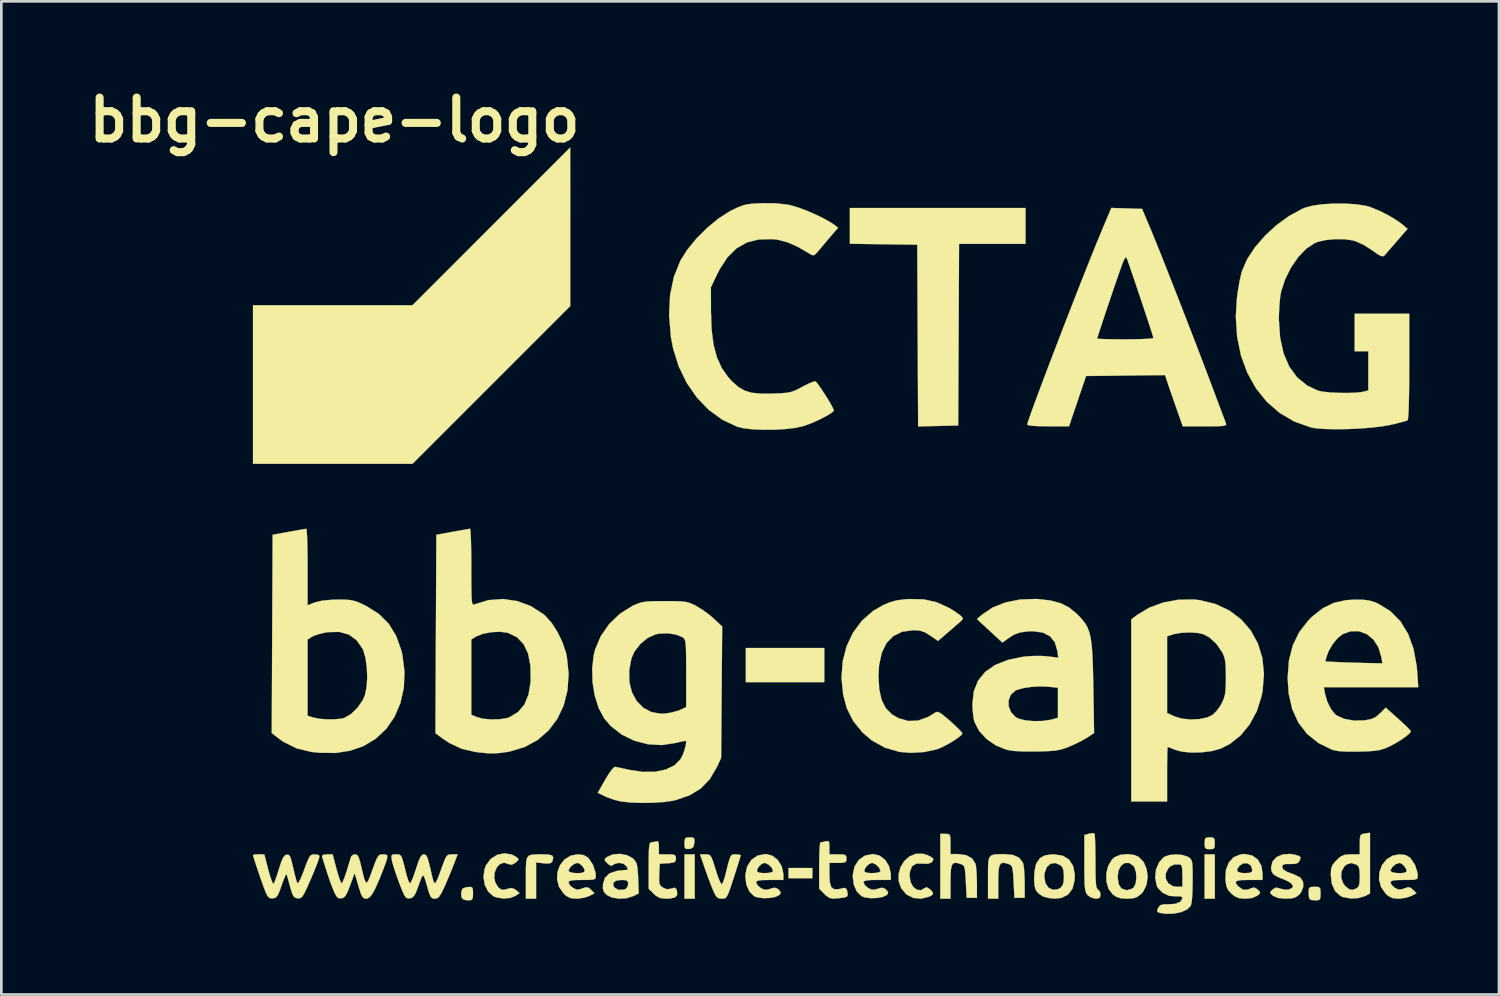
<source format=kicad_pcb>
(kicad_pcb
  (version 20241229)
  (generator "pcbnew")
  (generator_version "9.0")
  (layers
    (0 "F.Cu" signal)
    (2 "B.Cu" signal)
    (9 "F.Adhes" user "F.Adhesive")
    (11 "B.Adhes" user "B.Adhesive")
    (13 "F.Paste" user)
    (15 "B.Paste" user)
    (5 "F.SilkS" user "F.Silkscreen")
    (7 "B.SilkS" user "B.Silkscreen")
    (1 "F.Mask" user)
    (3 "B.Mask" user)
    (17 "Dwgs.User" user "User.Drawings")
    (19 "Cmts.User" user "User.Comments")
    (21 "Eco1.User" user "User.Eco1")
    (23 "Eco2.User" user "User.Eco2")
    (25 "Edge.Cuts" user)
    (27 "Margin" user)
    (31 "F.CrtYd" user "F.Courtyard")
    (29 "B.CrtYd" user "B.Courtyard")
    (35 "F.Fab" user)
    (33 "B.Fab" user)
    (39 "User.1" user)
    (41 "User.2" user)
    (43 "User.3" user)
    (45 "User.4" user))
  (footprint "bbg-cape-logo"
    (layer "F.Cu")
    (at 28.025 16.698)
    (property "Reference" "bbg-cape-logo" (at -18.62 -15.28 0) (layer "F.SilkS") (effects (font (size 1.524 1.524) (thickness 0.3))))
    (attr through_hole)
    (fp_poly (pts (xy -5.207 13.716) (xy -5.588 13.716) (xy -5.588 12.065) (xy -5.207 12.065) (xy -5.207 13.716)) (stroke (width 0.01) (type solid)) (fill yes) (layer "F.SilkS"))
    (fp_poly (pts (xy -0.826 12.954) (xy -1.714 12.954) (xy -1.714 12.573) (xy -0.826 12.573) (xy -0.826 12.954)) (stroke (width 0.01) (type solid)) (fill yes) (layer "F.SilkS"))
    (fp_poly (pts (xy -0.381 5.652) (xy -3.302 5.652) (xy -3.302 4.381) (xy -0.381 4.381) (xy -0.381 5.652)) (stroke (width 0.01) (type solid)) (fill yes) (layer "F.SilkS"))
    (fp_poly (pts (xy 14.161 13.716) (xy 13.78 13.716) (xy 13.78 12.065) (xy 14.161 12.065) (xy 14.161 13.716)) (stroke (width 0.01) (type solid)) (fill yes) (layer "F.SilkS"))
    (fp_poly (pts (xy -9.842 -11.303) (xy -9.842 -8.351) (xy -12.779 -5.414) (xy -15.716 -2.477) (xy -21.654 -2.477) (xy -21.654 -8.382) (xy -15.717 -8.382) (xy -9.843 -14.255) (xy -9.842 -11.303)) (stroke (width 0.01) (type solid)) (fill yes) (layer "F.SilkS"))
    (fp_poly (pts (xy 7.112 -10.668) (xy 4.637 -10.668) (xy 4.604 -3.905) (xy 3.113 -3.869) (xy 3.08 -10.636) (xy 1.826 -10.653) (xy 0.572 -10.671) (xy 0.572 -12.002) (xy 7.112 -12.002) (xy 7.112 -10.668)) (stroke (width 0.01) (type solid)) (fill yes) (layer "F.SilkS"))
    (fp_poly (pts (xy 14.098 11.442) (xy 14.15 11.505) (xy 14.161 11.652) (xy 14.15 11.802) (xy 14.096 11.863) (xy 13.97 11.874) (xy 13.842 11.862) (xy 13.79 11.799) (xy 13.78 11.652) (xy 13.79 11.503) (xy 13.844 11.442) (xy 13.97 11.43) (xy 14.098 11.442)) (stroke (width 0.01) (type solid)) (fill yes) (layer "F.SilkS"))
    (fp_poly (pts (xy -5.261 11.442) (xy -5.215 11.502) (xy -5.219 11.636) (xy -5.252 11.785) (xy -5.336 11.849) (xy -5.413 11.863) (xy -5.53 11.864) (xy -5.578 11.809) (xy -5.588 11.663) (xy -5.588 11.656) (xy -5.578 11.505) (xy -5.526 11.443) (xy -5.399 11.43) (xy -5.393 11.43) (xy -5.261 11.442)) (stroke (width 0.01) (type solid)) (fill yes) (layer "F.SilkS"))
    (fp_poly (pts (xy -13.478 13.319) (xy -13.463 13.439) (xy -13.462 13.521) (xy -13.469 13.686) (xy -13.509 13.76) (xy -13.607 13.779) (xy -13.654 13.78) (xy -13.804 13.752) (xy -13.882 13.689) (xy -13.901 13.555) (xy -13.896 13.451) (xy -13.849 13.34) (xy -13.725 13.291) (xy -13.668 13.283) (xy -13.537 13.278) (xy -13.478 13.319)) (stroke (width 0.01) (type solid)) (fill yes) (layer "F.SilkS"))
    (fp_poly (pts (xy 18.018 13.279) (xy 18.081 13.327) (xy 18.097 13.451) (xy 18.098 13.525) (xy 18.09 13.689) (xy 18.049 13.761) (xy 17.95 13.779) (xy 17.918 13.78) (xy 17.772 13.766) (xy 17.695 13.737) (xy 17.666 13.65) (xy 17.653 13.496) (xy 17.653 13.483) (xy 17.664 13.341) (xy 17.721 13.283) (xy 17.865 13.272) (xy 17.875 13.271) (xy 18.018 13.279)) (stroke (width 0.01) (type solid)) (fill yes) (layer "F.SilkS"))
    (fp_poly (pts (xy -10.885 12.065) (xy -10.647 12.073) (xy -10.516 12.107) (xy -10.474 12.18) (xy -10.501 12.307) (xy -10.513 12.337) (xy -10.575 12.395) (xy -10.716 12.407) (xy -10.83 12.398) (xy -11.113 12.366) (xy -11.113 13.716) (xy -11.493 13.716) (xy -11.493 12.929) (xy -11.493 12.583) (xy -11.482 12.345) (xy -11.448 12.193) (xy -11.375 12.109) (xy -11.25 12.073) (xy -11.059 12.065) (xy -10.885 12.065)) (stroke (width 0.01) (type solid)) (fill yes) (layer "F.SilkS"))
    (fp_poly (pts (xy 9.68 11.288) (xy 9.692 11.361) (xy 9.702 11.538) (xy 9.71 11.798) (xy 9.715 12.117) (xy 9.716 12.332) (xy 9.717 12.721) (xy 9.724 13) (xy 9.737 13.188) (xy 9.758 13.303) (xy 9.788 13.361) (xy 9.811 13.376) (xy 9.885 13.461) (xy 9.906 13.564) (xy 9.882 13.675) (xy 9.787 13.714) (xy 9.725 13.716) (xy 9.537 13.666) (xy 9.424 13.582) (xy 9.379 13.521) (xy 9.346 13.44) (xy 9.324 13.318) (xy 9.311 13.135) (xy 9.305 12.871) (xy 9.303 12.505) (xy 9.303 12.397) (xy 9.303 11.344) (xy 9.473 11.298) (xy 9.61 11.276) (xy 9.68 11.288)) (stroke (width 0.01) (type solid)) (fill yes) (layer "F.SilkS"))
    (fp_poly (pts (xy 6.646 12.088) (xy 6.877 12.194) (xy 7.013 12.376) (xy 7.031 12.431) (xy 7.053 12.575) (xy 7.07 12.803) (xy 7.079 13.072) (xy 7.08 13.145) (xy 7.08 13.684) (xy 6.699 13.684) (xy 6.668 13.082) (xy 6.651 12.802) (xy 6.632 12.623) (xy 6.603 12.517) (xy 6.555 12.461) (xy 6.481 12.426) (xy 6.469 12.422) (xy 6.314 12.38) (xy 6.209 12.392) (xy 6.144 12.476) (xy 6.109 12.647) (xy 6.097 12.92) (xy 6.096 13.079) (xy 6.096 13.716) (xy 5.715 13.716) (xy 5.715 12.927) (xy 5.716 12.581) (xy 5.726 12.342) (xy 5.761 12.191) (xy 5.833 12.106) (xy 5.957 12.068) (xy 6.145 12.058) (xy 6.313 12.056) (xy 6.646 12.088)) (stroke (width 0.01) (type solid)) (fill yes) (layer "F.SilkS"))
    (fp_poly (pts (xy 4.233 11.308) (xy 4.29 11.344) (xy 4.313 11.44) (xy 4.318 11.626) (xy 4.318 11.679) (xy 4.318 12.054) (xy 4.607 12.054) (xy 4.907 12.097) (xy 5.126 12.221) (xy 5.249 12.417) (xy 5.253 12.431) (xy 5.275 12.575) (xy 5.292 12.803) (xy 5.301 13.072) (xy 5.302 13.145) (xy 5.302 13.684) (xy 4.921 13.684) (xy 4.889 13.082) (xy 4.873 12.802) (xy 4.854 12.623) (xy 4.825 12.517) (xy 4.777 12.461) (xy 4.703 12.426) (xy 4.691 12.422) (xy 4.536 12.38) (xy 4.431 12.392) (xy 4.366 12.476) (xy 4.331 12.647) (xy 4.319 12.92) (xy 4.318 13.079) (xy 4.318 13.716) (xy 3.937 13.716) (xy 3.937 11.303) (xy 4.128 11.303) (xy 4.233 11.308)) (stroke (width 0.01) (type solid)) (fill yes) (layer "F.SilkS"))
    (fp_poly (pts (xy -12.02 12.071) (xy -11.849 12.163) (xy -11.772 12.231) (xy -11.783 12.288) (xy -11.878 12.373) (xy -12.015 12.452) (xy -12.125 12.433) (xy -12.132 12.429) (xy -12.305 12.376) (xy -12.455 12.424) (xy -12.574 12.548) (xy -12.65 12.723) (xy -12.672 12.923) (xy -12.631 13.122) (xy -12.516 13.297) (xy -12.501 13.311) (xy -12.387 13.385) (xy -12.26 13.377) (xy -12.189 13.353) (xy -12.034 13.316) (xy -11.914 13.357) (xy -11.865 13.394) (xy -11.728 13.505) (xy -11.879 13.61) (xy -12.081 13.689) (xy -12.337 13.709) (xy -12.591 13.668) (xy -12.708 13.621) (xy -12.9 13.448) (xy -13.024 13.199) (xy -13.071 12.908) (xy -13.031 12.609) (xy -12.98 12.475) (xy -12.806 12.237) (xy -12.567 12.085) (xy -12.295 12.027) (xy -12.02 12.071)) (stroke (width 0.01) (type solid)) (fill yes) (layer "F.SilkS"))
    (fp_poly (pts (xy 3.458 12.092) (xy 3.603 12.166) (xy 3.679 12.232) (xy 3.683 12.244) (xy 3.628 12.355) (xy 3.483 12.415) (xy 3.28 12.412) (xy 3.273 12.41) (xy 3.04 12.41) (xy 2.885 12.51) (xy 2.806 12.711) (xy 2.794 12.869) (xy 2.832 13.099) (xy 2.93 13.276) (xy 3.067 13.383) (xy 3.219 13.4) (xy 3.351 13.324) (xy 3.432 13.289) (xy 3.539 13.352) (xy 3.554 13.365) (xy 3.661 13.481) (xy 3.659 13.559) (xy 3.542 13.633) (xy 3.521 13.642) (xy 3.23 13.716) (xy 2.938 13.688) (xy 2.687 13.564) (xy 2.673 13.553) (xy 2.482 13.326) (xy 2.39 13.069) (xy 2.385 12.802) (xy 2.456 12.546) (xy 2.592 12.321) (xy 2.782 12.148) (xy 3.015 12.048) (xy 3.281 12.04) (xy 3.458 12.092)) (stroke (width 0.01) (type solid)) (fill yes) (layer "F.SilkS"))
    (fp_poly (pts (xy -6.547 11.658) (xy -6.54 11.804) (xy -6.54 12.065) (xy -6.223 12.065) (xy -6.034 12.07) (xy -5.94 12.097) (xy -5.908 12.16) (xy -5.905 12.22) (xy -5.919 12.315) (xy -5.98 12.365) (xy -6.123 12.389) (xy -6.207 12.395) (xy -6.509 12.414) (xy -6.528 12.808) (xy -6.533 13.03) (xy -6.516 13.163) (xy -6.467 13.245) (xy -6.393 13.302) (xy -6.232 13.367) (xy -6.074 13.339) (xy -5.95 13.307) (xy -5.891 13.357) (xy -5.866 13.439) (xy -5.86 13.582) (xy -5.941 13.669) (xy -6.123 13.709) (xy -6.276 13.715) (xy -6.489 13.693) (xy -6.651 13.607) (xy -6.736 13.53) (xy -6.921 13.345) (xy -6.921 12.483) (xy -6.919 12.127) (xy -6.911 11.881) (xy -6.896 11.726) (xy -6.87 11.645) (xy -6.834 11.621) (xy -6.831 11.62) (xy -6.692 11.598) (xy -6.641 11.582) (xy -6.576 11.58) (xy -6.547 11.658)) (stroke (width 0.01) (type solid)) (fill yes) (layer "F.SilkS"))
    (fp_poly (pts (xy -0.202 11.616) (xy -0.191 11.754) (xy -0.191 11.804) (xy -0.191 12.065) (xy 0.127 12.065) (xy 0.315 12.07) (xy 0.409 12.096) (xy 0.441 12.16) (xy 0.445 12.224) (xy 0.434 12.318) (xy 0.382 12.365) (xy 0.254 12.381) (xy 0.127 12.383) (xy -0.191 12.383) (xy -0.191 12.825) (xy -0.175 13.11) (xy -0.121 13.285) (xy -0.016 13.364) (xy 0.151 13.361) (xy 0.241 13.339) (xy 0.378 13.312) (xy 0.443 13.352) (xy 0.474 13.444) (xy 0.495 13.564) (xy 0.467 13.634) (xy 0.364 13.673) (xy 0.161 13.698) (xy 0.131 13.701) (xy -0.069 13.712) (xy -0.201 13.682) (xy -0.321 13.593) (xy -0.378 13.538) (xy -0.572 13.345) (xy -0.572 12.483) (xy -0.568 12.168) (xy -0.559 11.905) (xy -0.546 11.716) (xy -0.529 11.625) (xy -0.524 11.62) (xy -0.43 11.604) (xy -0.333 11.58) (xy -0.243 11.568) (xy -0.202 11.616)) (stroke (width 0.01) (type solid)) (fill yes) (layer "F.SilkS"))
    (fp_poly (pts (xy 8.496 12.115) (xy 8.733 12.26) (xy 8.883 12.496) (xy 8.945 12.816) (xy 8.938 13.03) (xy 8.86 13.343) (xy 8.697 13.562) (xy 8.451 13.686) (xy 8.206 13.713) (xy 7.983 13.692) (xy 7.784 13.64) (xy 7.733 13.617) (xy 7.586 13.51) (xy 7.495 13.401) (xy 7.448 13.231) (xy 7.431 12.989) (xy 7.436 12.905) (xy 7.811 12.905) (xy 7.854 13.143) (xy 7.971 13.308) (xy 8.135 13.387) (xy 8.325 13.361) (xy 8.417 13.308) (xy 8.497 13.214) (xy 8.534 13.059) (xy 8.541 12.89) (xy 8.527 12.669) (xy 8.479 12.536) (xy 8.417 12.473) (xy 8.22 12.387) (xy 8.042 12.414) (xy 7.904 12.542) (xy 7.823 12.756) (xy 7.811 12.905) (xy 7.436 12.905) (xy 7.444 12.727) (xy 7.484 12.494) (xy 7.525 12.381) (xy 7.649 12.207) (xy 7.816 12.108) (xy 8.061 12.068) (xy 8.179 12.065) (xy 8.496 12.115)) (stroke (width 0.01) (type solid)) (fill yes) (layer "F.SilkS"))
    (fp_poly (pts (xy 11.157 12.088) (xy 11.324 12.159) (xy 11.51 12.351) (xy 11.623 12.613) (xy 11.66 12.908) (xy 11.617 13.199) (xy 11.494 13.452) (xy 11.418 13.537) (xy 11.275 13.648) (xy 11.123 13.702) (xy 10.906 13.716) (xy 10.888 13.716) (xy 10.652 13.7) (xy 10.483 13.642) (xy 10.359 13.555) (xy 10.203 13.347) (xy 10.124 13.077) (xy 10.121 12.896) (xy 10.541 12.896) (xy 10.576 13.166) (xy 10.68 13.333) (xy 10.858 13.397) (xy 10.89 13.399) (xy 11.053 13.357) (xy 11.14 13.299) (xy 11.212 13.154) (xy 11.239 12.944) (xy 11.224 12.722) (xy 11.165 12.542) (xy 11.134 12.499) (xy 10.972 12.386) (xy 10.81 12.386) (xy 10.671 12.483) (xy 10.574 12.664) (xy 10.541 12.896) (xy 10.121 12.896) (xy 10.12 12.78) (xy 10.189 12.496) (xy 10.33 12.26) (xy 10.42 12.176) (xy 10.631 12.085) (xy 10.895 12.056) (xy 11.157 12.088)) (stroke (width 0.01) (type solid)) (fill yes) (layer "F.SilkS"))
    (fp_poly (pts (xy -3.681 12.065) (xy -3.548 12.075) (xy -3.493 12.099) (xy -3.493 12.099) (xy -3.511 12.169) (xy -3.562 12.336) (xy -3.638 12.577) (xy -3.731 12.867) (xy -3.75 12.925) (xy -3.855 13.247) (xy -3.933 13.467) (xy -3.994 13.604) (xy -4.048 13.679) (xy -4.107 13.71) (xy -4.182 13.716) (xy -4.197 13.716) (xy -4.317 13.701) (xy -4.402 13.635) (xy -4.485 13.488) (xy -4.518 13.414) (xy -4.602 13.207) (xy -4.706 12.932) (xy -4.81 12.643) (xy -4.829 12.589) (xy -5.008 12.065) (xy -4.805 12.065) (xy -4.709 12.07) (xy -4.64 12.098) (xy -4.585 12.174) (xy -4.526 12.32) (xy -4.451 12.559) (xy -4.426 12.639) (xy -4.346 12.883) (xy -4.273 13.067) (xy -4.217 13.169) (xy -4.197 13.18) (xy -4.152 13.103) (xy -4.096 12.946) (xy -4.068 12.844) (xy -3.989 12.523) (xy -3.931 12.305) (xy -3.884 12.17) (xy -3.839 12.098) (xy -3.785 12.07) (xy -3.713 12.065) (xy -3.681 12.065)) (stroke (width 0.01) (type solid)) (fill yes) (layer "F.SilkS"))
    (fp_poly (pts (xy 19.939 13.522) (xy 19.752 13.619) (xy 19.503 13.694) (xy 19.211 13.707) (xy 18.939 13.657) (xy 18.844 13.617) (xy 18.64 13.435) (xy 18.517 13.161) (xy 18.49 12.928) (xy 18.864 12.928) (xy 18.941 13.148) (xy 19.015 13.243) (xy 19.161 13.364) (xy 19.284 13.391) (xy 19.435 13.333) (xy 19.435 13.333) (xy 19.507 13.27) (xy 19.544 13.158) (xy 19.557 12.963) (xy 19.558 12.89) (xy 19.55 12.667) (xy 19.52 12.535) (xy 19.459 12.462) (xy 19.435 12.448) (xy 19.237 12.387) (xy 19.065 12.443) (xy 18.986 12.509) (xy 18.878 12.7) (xy 18.864 12.928) (xy 18.49 12.928) (xy 18.479 12.824) (xy 18.49 12.611) (xy 18.541 12.464) (xy 18.654 12.322) (xy 18.694 12.281) (xy 18.846 12.147) (xy 18.987 12.084) (xy 19.181 12.065) (xy 19.234 12.065) (xy 19.558 12.065) (xy 19.558 11.691) (xy 19.561 11.482) (xy 19.581 11.368) (xy 19.633 11.315) (xy 19.733 11.292) (xy 19.748 11.289) (xy 19.939 11.261) (xy 19.939 13.522)) (stroke (width 0.01) (type solid)) (fill yes) (layer "F.SilkS"))
    (fp_poly (pts (xy 15.548 12.106) (xy 15.764 12.26) (xy 15.897 12.503) (xy 15.938 12.792) (xy 15.938 13.018) (xy 15.431 13.018) (xy 15.154 13.024) (xy 14.992 13.049) (xy 14.935 13.099) (xy 14.97 13.183) (xy 15.05 13.271) (xy 15.217 13.383) (xy 15.397 13.376) (xy 15.503 13.33) (xy 15.626 13.298) (xy 15.745 13.364) (xy 15.758 13.376) (xy 15.843 13.463) (xy 15.836 13.524) (xy 15.746 13.603) (xy 15.547 13.691) (xy 15.297 13.716) (xy 15.072 13.698) (xy 14.906 13.629) (xy 14.787 13.536) (xy 14.662 13.403) (xy 14.594 13.257) (xy 14.56 13.045) (xy 14.556 13.007) (xy 14.573 12.656) (xy 14.587 12.618) (xy 14.988 12.618) (xy 15.009 12.71) (xy 15.148 12.757) (xy 15.272 12.764) (xy 15.453 12.754) (xy 15.538 12.718) (xy 15.557 12.649) (xy 15.508 12.489) (xy 15.384 12.401) (xy 15.226 12.398) (xy 15.086 12.482) (xy 14.988 12.618) (xy 14.587 12.618) (xy 14.678 12.373) (xy 14.862 12.172) (xy 15.116 12.066) (xy 15.263 12.052) (xy 15.548 12.106)) (stroke (width 0.01) (type solid)) (fill yes) (layer "F.SilkS"))
    (fp_poly (pts (xy 17.136 12.077) (xy 17.294 12.124) (xy 17.353 12.175) (xy 17.337 12.257) (xy 17.324 12.288) (xy 17.262 12.379) (xy 17.161 12.419) (xy 16.978 12.424) (xy 16.963 12.424) (xy 16.781 12.426) (xy 16.694 12.454) (xy 16.669 12.522) (xy 16.669 12.536) (xy 16.712 12.632) (xy 16.853 12.717) (xy 16.962 12.758) (xy 17.159 12.836) (xy 17.316 12.916) (xy 17.359 12.946) (xy 17.449 13.096) (xy 17.45 13.291) (xy 17.368 13.486) (xy 17.307 13.56) (xy 17.183 13.657) (xy 17.034 13.704) (xy 16.809 13.716) (xy 16.806 13.716) (xy 16.518 13.69) (xy 16.33 13.61) (xy 16.322 13.603) (xy 16.227 13.518) (xy 16.229 13.456) (xy 16.306 13.379) (xy 16.422 13.305) (xy 16.546 13.321) (xy 16.592 13.341) (xy 16.778 13.382) (xy 16.922 13.373) (xy 17.051 13.309) (xy 17.065 13.219) (xy 16.97 13.117) (xy 16.772 13.014) (xy 16.733 12.999) (xy 16.491 12.901) (xy 16.347 12.812) (xy 16.277 12.711) (xy 16.256 12.572) (xy 16.256 12.543) (xy 16.312 12.326) (xy 16.465 12.163) (xy 16.692 12.067) (xy 16.969 12.049) (xy 17.136 12.077)) (stroke (width 0.01) (type solid)) (fill yes) (layer "F.SilkS"))
    (fp_poly (pts (xy -2.324 12.111) (xy -2.117 12.27) (xy -1.97 12.502) (xy -1.906 12.782) (xy -1.905 12.824) (xy -1.905 13.018) (xy -2.413 13.018) (xy -2.674 13.022) (xy -2.831 13.039) (xy -2.906 13.071) (xy -2.921 13.111) (xy -2.872 13.21) (xy -2.756 13.313) (xy -2.612 13.383) (xy -2.47 13.373) (xy -2.395 13.347) (xy -2.241 13.306) (xy -2.135 13.336) (xy -2.082 13.379) (xy -2.004 13.469) (xy -2.024 13.542) (xy -2.059 13.579) (xy -2.197 13.649) (xy -2.411 13.689) (xy -2.652 13.696) (xy -2.873 13.668) (xy -2.992 13.624) (xy -3.166 13.457) (xy -3.281 13.203) (xy -3.322 12.891) (xy -3.322 12.839) (xy -3.282 12.643) (xy -2.886 12.643) (xy -2.883 12.71) (xy -2.803 12.748) (xy -2.657 12.764) (xy -2.49 12.759) (xy -2.351 12.735) (xy -2.287 12.694) (xy -2.286 12.689) (xy -2.337 12.564) (xy -2.456 12.446) (xy -2.59 12.384) (xy -2.61 12.383) (xy -2.719 12.426) (xy -2.824 12.528) (xy -2.886 12.643) (xy -3.282 12.643) (xy -3.257 12.523) (xy -3.102 12.275) (xy -2.87 12.113) (xy -2.579 12.052) (xy -2.569 12.052) (xy -2.324 12.111)) (stroke (width 0.01) (type solid)) (fill yes) (layer "F.SilkS"))
    (fp_poly (pts (xy 1.676 12.111) (xy 1.884 12.27) (xy 2.03 12.502) (xy 2.094 12.782) (xy 2.095 12.824) (xy 2.095 13.018) (xy 1.587 13.018) (xy 1.326 13.022) (xy 1.169 13.039) (xy 1.095 13.071) (xy 1.079 13.111) (xy 1.128 13.21) (xy 1.245 13.313) (xy 1.389 13.383) (xy 1.531 13.373) (xy 1.606 13.347) (xy 1.759 13.306) (xy 1.865 13.336) (xy 1.919 13.379) (xy 1.997 13.469) (xy 1.977 13.542) (xy 1.942 13.579) (xy 1.803 13.649) (xy 1.589 13.689) (xy 1.348 13.696) (xy 1.128 13.668) (xy 1.009 13.624) (xy 0.835 13.457) (xy 0.72 13.203) (xy 0.678 12.891) (xy 0.679 12.839) (xy 0.719 12.643) (xy 1.114 12.643) (xy 1.118 12.71) (xy 1.197 12.748) (xy 1.344 12.764) (xy 1.51 12.759) (xy 1.649 12.735) (xy 1.714 12.694) (xy 1.714 12.689) (xy 1.663 12.564) (xy 1.545 12.446) (xy 1.41 12.384) (xy 1.391 12.383) (xy 1.282 12.426) (xy 1.177 12.528) (xy 1.114 12.643) (xy 0.719 12.643) (xy 0.743 12.523) (xy 0.899 12.275) (xy 1.13 12.113) (xy 1.421 12.052) (xy 1.431 12.052) (xy 1.676 12.111)) (stroke (width 0.01) (type solid)) (fill yes) (layer "F.SilkS"))
    (fp_poly (pts (xy -9.337 12.093) (xy -9.18 12.187) (xy -9.159 12.208) (xy -8.992 12.458) (xy -8.9 12.746) (xy -8.89 12.863) (xy -8.896 12.94) (xy -8.931 12.986) (xy -9.021 13.009) (xy -9.192 13.017) (xy -9.398 13.018) (xy -9.659 13.022) (xy -9.816 13.039) (xy -9.891 13.071) (xy -9.906 13.111) (xy -9.857 13.211) (xy -9.747 13.309) (xy -9.612 13.376) (xy -9.482 13.366) (xy -9.393 13.333) (xy -9.247 13.287) (xy -9.148 13.312) (xy -9.068 13.383) (xy -8.937 13.514) (xy -9.133 13.615) (xy -9.324 13.68) (xy -9.555 13.714) (xy -9.612 13.716) (xy -9.825 13.696) (xy -9.984 13.617) (xy -10.086 13.526) (xy -10.258 13.279) (xy -10.332 13.003) (xy -10.317 12.724) (xy -10.299 12.678) (xy -9.906 12.678) (xy -9.851 12.727) (xy -9.717 12.757) (xy -9.551 12.767) (xy -9.4 12.753) (xy -9.312 12.714) (xy -9.309 12.71) (xy -9.315 12.618) (xy -9.39 12.501) (xy -9.495 12.409) (xy -9.571 12.383) (xy -9.706 12.428) (xy -9.834 12.534) (xy -9.904 12.656) (xy -9.906 12.678) (xy -10.299 12.678) (xy -10.22 12.465) (xy -10.052 12.253) (xy -9.821 12.111) (xy -9.563 12.065) (xy -9.337 12.093)) (stroke (width 0.01) (type solid)) (fill yes) (layer "F.SilkS"))
    (fp_poly (pts (xy -7.723 12.097) (xy -7.509 12.214) (xy -7.493 12.23) (xy -7.415 12.319) (xy -7.366 12.422) (xy -7.336 12.573) (xy -7.319 12.802) (xy -7.312 12.951) (xy -7.29 13.516) (xy -7.484 13.616) (xy -7.737 13.697) (xy -8.022 13.715) (xy -8.289 13.671) (xy -8.472 13.582) (xy -8.585 13.468) (xy -8.626 13.334) (xy -8.623 13.191) (xy -8.605 13.127) (xy -8.239 13.127) (xy -8.23 13.246) (xy -8.191 13.304) (xy -8.043 13.39) (xy -7.839 13.378) (xy -7.784 13.36) (xy -7.706 13.273) (xy -7.684 13.169) (xy -7.698 13.072) (xy -7.767 13.028) (xy -7.923 13.018) (xy -7.939 13.018) (xy -8.139 13.047) (xy -8.239 13.127) (xy -8.605 13.127) (xy -8.553 12.945) (xy -8.384 12.776) (xy -8.114 12.682) (xy -7.996 12.667) (xy -7.823 12.652) (xy -7.713 12.642) (xy -7.697 12.64) (xy -7.708 12.59) (xy -7.747 12.509) (xy -7.861 12.414) (xy -8.029 12.382) (xy -8.191 12.421) (xy -8.243 12.459) (xy -8.319 12.494) (xy -8.417 12.437) (xy -8.459 12.397) (xy -8.552 12.296) (xy -8.556 12.235) (xy -8.477 12.165) (xy -8.475 12.163) (xy -8.256 12.068) (xy -7.989 12.047) (xy -7.723 12.097)) (stroke (width 0.01) (type solid)) (fill yes) (layer "F.SilkS"))
    (fp_poly (pts (xy 21.27 12.093) (xy 21.427 12.187) (xy 21.448 12.208) (xy 21.615 12.458) (xy 21.707 12.746) (xy 21.717 12.863) (xy 21.711 12.94) (xy 21.676 12.986) (xy 21.586 13.009) (xy 21.415 13.017) (xy 21.209 13.018) (xy 20.948 13.022) (xy 20.791 13.039) (xy 20.716 13.071) (xy 20.701 13.111) (xy 20.75 13.211) (xy 20.86 13.309) (xy 20.995 13.376) (xy 21.125 13.366) (xy 21.214 13.333) (xy 21.36 13.287) (xy 21.459 13.312) (xy 21.539 13.383) (xy 21.67 13.514) (xy 21.474 13.615) (xy 21.283 13.68) (xy 21.052 13.714) (xy 20.995 13.716) (xy 20.782 13.696) (xy 20.623 13.617) (xy 20.521 13.526) (xy 20.349 13.279) (xy 20.275 13.003) (xy 20.29 12.724) (xy 20.308 12.678) (xy 20.701 12.678) (xy 20.756 12.727) (xy 20.89 12.757) (xy 21.056 12.767) (xy 21.207 12.753) (xy 21.295 12.714) (xy 21.298 12.71) (xy 21.292 12.618) (xy 21.217 12.501) (xy 21.112 12.409) (xy 21.036 12.383) (xy 20.901 12.428) (xy 20.773 12.534) (xy 20.703 12.656) (xy 20.701 12.678) (xy 20.308 12.678) (xy 20.387 12.465) (xy 20.555 12.253) (xy 20.786 12.111) (xy 21.044 12.065) (xy 21.27 12.093)) (stroke (width 0.01) (type solid)) (fill yes) (layer "F.SilkS"))
    (fp_poly (pts (xy 12.955 12.089) (xy 13.159 12.156) (xy 13.178 12.168) (xy 13.244 12.215) (xy 13.288 12.274) (xy 13.315 12.366) (xy 13.329 12.516) (xy 13.334 12.748) (xy 13.335 13.061) (xy 13.33 13.386) (xy 13.315 13.667) (xy 13.292 13.875) (xy 13.266 13.98) (xy 13.129 14.116) (xy 12.903 14.217) (xy 12.623 14.274) (xy 12.326 14.279) (xy 12.113 14.244) (xy 12.021 14.207) (xy 12.014 14.141) (xy 12.066 14.032) (xy 12.135 13.957) (xy 12.259 13.925) (xy 12.437 13.925) (xy 12.695 13.907) (xy 12.873 13.832) (xy 12.952 13.711) (xy 12.954 13.683) (xy 12.907 13.63) (xy 12.757 13.626) (xy 12.716 13.63) (xy 12.46 13.609) (xy 12.222 13.499) (xy 12.046 13.325) (xy 12 13.236) (xy 11.939 12.93) (xy 11.956 12.78) (xy 12.331 12.78) (xy 12.336 12.979) (xy 12.432 13.147) (xy 12.604 13.252) (xy 12.735 13.271) (xy 12.954 13.271) (xy 12.954 12.859) (xy 12.949 12.632) (xy 12.929 12.504) (xy 12.886 12.449) (xy 12.843 12.438) (xy 12.638 12.446) (xy 12.498 12.514) (xy 12.43 12.584) (xy 12.331 12.78) (xy 11.956 12.78) (xy 11.973 12.623) (xy 12.091 12.352) (xy 12.269 12.164) (xy 12.454 12.093) (xy 12.702 12.068) (xy 12.955 12.089)) (stroke (width 0.01) (type solid)) (fill yes) (layer "F.SilkS"))
    (fp_poly (pts (xy -18.546 12.605) (xy -18.477 12.846) (xy -18.414 13.031) (xy -18.367 13.133) (xy -18.354 13.145) (xy -18.314 13.088) (xy -18.252 12.94) (xy -18.179 12.729) (xy -18.165 12.684) (xy -18.094 12.451) (xy -18.036 12.261) (xy -18.002 12.151) (xy -18 12.144) (xy -17.924 12.078) (xy -17.851 12.065) (xy -17.779 12.087) (xy -17.721 12.171) (xy -17.667 12.339) (xy -17.628 12.5) (xy -17.552 12.826) (xy -17.494 13.03) (xy -17.444 13.119) (xy -17.391 13.094) (xy -17.325 12.96) (xy -17.235 12.721) (xy -17.21 12.649) (xy -17.111 12.38) (xy -17.039 12.21) (xy -16.977 12.115) (xy -16.912 12.074) (xy -16.828 12.065) (xy -16.819 12.065) (xy -16.712 12.071) (xy -16.657 12.105) (xy -16.654 12.19) (xy -16.7 12.348) (xy -16.789 12.587) (xy -16.954 13.005) (xy -17.09 13.313) (xy -17.203 13.525) (xy -17.302 13.653) (xy -17.393 13.71) (xy -17.435 13.716) (xy -17.517 13.703) (xy -17.579 13.647) (xy -17.638 13.524) (xy -17.708 13.309) (xy -17.729 13.238) (xy -17.87 12.76) (xy -18.039 13.222) (xy -18.133 13.463) (xy -18.208 13.607) (xy -18.283 13.679) (xy -18.366 13.703) (xy -18.467 13.698) (xy -18.544 13.633) (xy -18.624 13.482) (xy -18.652 13.418) (xy -18.717 13.255) (xy -18.787 13.064) (xy -18.869 12.822) (xy -18.972 12.504) (xy -19.085 12.144) (xy -19.049 12.085) (xy -18.899 12.065) (xy -18.688 12.065) (xy -18.546 12.605)) (stroke (width 0.01) (type solid)) (fill yes) (layer "F.SilkS"))
    (fp_poly (pts (xy 3.32 2.57) (xy 3.8 2.676) (xy 4.261 2.886) (xy 4.472 3.016) (xy 4.663 3.15) (xy 4.759 3.239) (xy 4.775 3.302) (xy 4.751 3.336) (xy 4.666 3.413) (xy 4.513 3.548) (xy 4.321 3.715) (xy 4.26 3.767) (xy 3.852 4.119) (xy 3.561 3.917) (xy 3.355 3.791) (xy 3.169 3.732) (xy 2.934 3.718) (xy 2.921 3.719) (xy 2.519 3.775) (xy 2.191 3.935) (xy 1.937 4.195) (xy 1.76 4.555) (xy 1.66 5.012) (xy 1.636 5.418) (xy 1.664 5.917) (xy 1.753 6.314) (xy 1.909 6.622) (xy 2.139 6.854) (xy 2.379 6.993) (xy 2.744 7.099) (xy 3.112 7.084) (xy 3.491 6.946) (xy 3.756 6.782) (xy 3.82 6.759) (xy 3.905 6.784) (xy 4.032 6.869) (xy 4.22 7.026) (xy 4.312 7.107) (xy 4.507 7.285) (xy 4.659 7.435) (xy 4.748 7.536) (xy 4.763 7.562) (xy 4.71 7.635) (xy 4.572 7.743) (xy 4.38 7.869) (xy 4.162 7.993) (xy 3.95 8.098) (xy 3.787 8.16) (xy 3.326 8.256) (xy 2.836 8.285) (xy 2.416 8.249) (xy 1.874 8.092) (xy 1.386 7.82) (xy 1.044 7.529) (xy 0.699 7.106) (xy 0.458 6.626) (xy 0.322 6.125) (xy 0.259 5.492) (xy 0.303 4.887) (xy 0.447 4.323) (xy 0.687 3.812) (xy 1.016 3.369) (xy 1.429 3.006) (xy 1.813 2.783) (xy 2.077 2.673) (xy 2.325 2.606) (xy 2.615 2.569) (xy 2.783 2.558) (xy 3.32 2.57)) (stroke (width 0.01) (type solid)) (fill yes) (layer "F.SilkS"))
    (fp_poly (pts (xy 13.607 2.6) (xy 14.196 2.746) (xy 14.712 2.991) (xy 15.151 3.325) (xy 15.504 3.737) (xy 15.766 4.218) (xy 15.931 4.758) (xy 15.991 5.346) (xy 15.94 5.972) (xy 15.9 6.179) (xy 15.723 6.733) (xy 15.459 7.223) (xy 15.121 7.636) (xy 14.72 7.955) (xy 14.367 8.132) (xy 14.044 8.219) (xy 13.668 8.267) (xy 13.283 8.274) (xy 12.932 8.24) (xy 12.676 8.169) (xy 12.519 8.104) (xy 12.42 8.068) (xy 12.406 8.065) (xy 12.398 8.124) (xy 12.391 8.29) (xy 12.386 8.54) (xy 12.383 8.854) (xy 12.383 9.081) (xy 12.383 10.097) (xy 11.049 10.097) (xy 11.049 3.947) (xy 12.383 3.947) (xy 12.383 6.801) (xy 12.652 6.926) (xy 12.928 7.011) (xy 13.255 7.044) (xy 13.588 7.028) (xy 13.884 6.965) (xy 14.076 6.873) (xy 14.224 6.729) (xy 14.37 6.527) (xy 14.425 6.429) (xy 14.495 6.269) (xy 14.539 6.108) (xy 14.563 5.91) (xy 14.572 5.64) (xy 14.573 5.461) (xy 14.569 5.14) (xy 14.554 4.912) (xy 14.522 4.744) (xy 14.468 4.603) (xy 14.436 4.54) (xy 14.221 4.229) (xy 13.961 3.989) (xy 13.748 3.872) (xy 13.517 3.82) (xy 13.22 3.801) (xy 12.911 3.815) (xy 12.645 3.861) (xy 12.609 3.872) (xy 12.383 3.947) (xy 11.049 3.947) (xy 11.049 3.317) (xy 11.272 3.147) (xy 11.72 2.878) (xy 12.24 2.688) (xy 12.801 2.584) (xy 13.371 2.574) (xy 13.607 2.6)) (stroke (width 0.01) (type solid)) (fill yes) (layer "F.SilkS"))
    (fp_poly (pts (xy -19.655 0.000262) (xy -19.643 0.169) (xy -19.633 0.428) (xy -19.626 0.761) (xy -19.622 1.15) (xy -19.622 1.362) (xy -19.622 2.788) (xy -19.352 2.685) (xy -19.08 2.619) (xy -18.705 2.584) (xy -18.503 2.579) (xy -18.216 2.581) (xy -18.007 2.599) (xy -17.829 2.642) (xy -17.633 2.722) (xy -17.443 2.814) (xy -16.974 3.107) (xy -16.602 3.477) (xy -16.322 3.932) (xy -16.129 4.477) (xy -16.093 4.627) (xy -16.013 5.256) (xy -16.038 5.86) (xy -16.163 6.426) (xy -16.382 6.939) (xy -16.69 7.388) (xy -17.081 7.758) (xy -17.542 8.033) (xy -18.038 8.206) (xy -18.576 8.289) (xy -19.177 8.282) (xy -19.476 8.251) (xy -20.025 8.12) (xy -20.516 7.879) (xy -20.707 7.743) (xy -20.956 7.545) (xy -20.941 4.067) (xy -19.622 4.067) (xy -19.622 6.903) (xy -19.415 6.969) (xy -19.191 7.015) (xy -18.907 7.038) (xy -18.615 7.036) (xy -18.363 7.011) (xy -18.245 6.981) (xy -17.999 6.836) (xy -17.763 6.606) (xy -17.573 6.332) (xy -17.488 6.141) (xy -17.425 5.842) (xy -17.401 5.481) (xy -17.416 5.101) (xy -17.466 4.747) (xy -17.549 4.461) (xy -17.576 4.403) (xy -17.8 4.087) (xy -18.088 3.88) (xy -18.442 3.781) (xy -18.862 3.791) (xy -18.941 3.803) (xy -19.174 3.856) (xy -19.376 3.922) (xy -19.471 3.969) (xy -19.622 4.067) (xy -20.941 4.067) (xy -20.94 3.855) (xy -20.923 0.165) (xy -20.32 0.055) (xy -20.056 0.008) (xy -19.84 -0.03) (xy -19.702 -0.054) (xy -19.669 -0.059) (xy -19.655 0.000262)) (stroke (width 0.01) (type solid)) (fill yes) (layer "F.SilkS"))
    (fp_poly (pts (xy -14.186 12.462) (xy -14.296 12.738) (xy -14.429 13.052) (xy -14.532 13.287) (xy -14.641 13.514) (xy -14.726 13.644) (xy -14.806 13.704) (xy -14.884 13.716) (xy -14.977 13.701) (xy -15.043 13.635) (xy -15.101 13.491) (xy -15.143 13.351) (xy -15.223 13.067) (xy -15.279 12.901) (xy -15.324 12.85) (xy -15.373 12.911) (xy -15.439 13.082) (xy -15.507 13.274) (xy -15.593 13.498) (xy -15.666 13.626) (xy -15.745 13.686) (xy -15.818 13.703) (xy -15.896 13.704) (xy -15.959 13.67) (xy -16.021 13.582) (xy -16.097 13.417) (xy -16.2 13.155) (xy -16.209 13.132) (xy -16.312 12.849) (xy -16.401 12.583) (xy -16.463 12.375) (xy -16.479 12.303) (xy -16.502 12.148) (xy -16.477 12.081) (xy -16.379 12.065) (xy -16.329 12.065) (xy -16.245 12.066) (xy -16.184 12.083) (xy -16.136 12.135) (xy -16.091 12.243) (xy -16.038 12.427) (xy -15.968 12.705) (xy -15.934 12.843) (xy -15.881 13.017) (xy -15.829 13.126) (xy -15.806 13.145) (xy -15.764 13.088) (xy -15.699 12.937) (xy -15.621 12.719) (xy -15.584 12.605) (xy -15.493 12.333) (xy -15.42 12.166) (xy -15.355 12.084) (xy -15.298 12.065) (xy -15.244 12.073) (xy -15.2 12.11) (xy -15.158 12.195) (xy -15.111 12.349) (xy -15.051 12.591) (xy -14.984 12.881) (xy -14.942 13.047) (xy -14.904 13.131) (xy -14.86 13.127) (xy -14.801 13.024) (xy -14.718 12.817) (xy -14.624 12.557) (xy -14.535 12.315) (xy -14.469 12.169) (xy -14.406 12.095) (xy -14.328 12.068) (xy -14.242 12.065) (xy -14.035 12.065) (xy -14.186 12.462)) (stroke (width 0.01) (type solid)) (fill yes) (layer "F.SilkS"))
    (fp_poly (pts (xy -21.085 12.64) (xy -21.016 12.882) (xy -20.953 13.063) (xy -20.905 13.157) (xy -20.888 13.164) (xy -20.848 13.083) (xy -20.785 12.912) (xy -20.71 12.683) (xy -20.686 12.605) (xy -20.601 12.342) (xy -20.53 12.182) (xy -20.461 12.1) (xy -20.402 12.077) (xy -20.333 12.081) (xy -20.281 12.133) (xy -20.234 12.257) (xy -20.179 12.475) (xy -20.161 12.554) (xy -20.104 12.799) (xy -20.051 13) (xy -20.011 13.122) (xy -20.006 13.135) (xy -19.964 13.122) (xy -19.892 12.996) (xy -19.796 12.766) (xy -19.751 12.643) (xy -19.652 12.376) (xy -19.579 12.207) (xy -19.518 12.114) (xy -19.452 12.074) (xy -19.366 12.065) (xy -19.36 12.065) (xy -19.229 12.083) (xy -19.177 12.126) (xy -19.202 12.23) (xy -19.271 12.424) (xy -19.373 12.684) (xy -19.5 12.984) (xy -19.636 13.291) (xy -19.743 13.513) (xy -19.822 13.641) (xy -19.894 13.697) (xy -19.98 13.705) (xy -19.997 13.703) (xy -20.09 13.677) (xy -20.157 13.607) (xy -20.216 13.464) (xy -20.268 13.282) (xy -20.328 13.064) (xy -20.376 12.89) (xy -20.401 12.806) (xy -20.43 12.826) (xy -20.487 12.944) (xy -20.56 13.136) (xy -20.584 13.208) (xy -20.67 13.451) (xy -20.738 13.597) (xy -20.806 13.672) (xy -20.89 13.701) (xy -20.91 13.704) (xy -21.027 13.698) (xy -21.109 13.625) (xy -21.18 13.482) (xy -21.234 13.343) (xy -21.31 13.134) (xy -21.397 12.886) (xy -21.485 12.628) (xy -21.564 12.391) (xy -21.623 12.205) (xy -21.652 12.101) (xy -21.654 12.091) (xy -21.598 12.073) (xy -21.462 12.065) (xy -21.443 12.065) (xy -21.233 12.065) (xy -21.085 12.64)) (stroke (width 0.01) (type solid)) (fill yes) (layer "F.SilkS"))
    (fp_poly (pts (xy -13.559 0.000276) (xy -13.547 0.169) (xy -13.537 0.428) (xy -13.53 0.762) (xy -13.526 1.151) (xy -13.525 1.372) (xy -13.525 1.835) (xy -13.522 2.185) (xy -13.517 2.437) (xy -13.507 2.607) (xy -13.492 2.709) (xy -13.47 2.758) (xy -13.44 2.767) (xy -13.414 2.759) (xy -12.891 2.599) (xy -12.353 2.557) (xy -11.821 2.632) (xy -11.313 2.818) (xy -10.851 3.114) (xy -10.77 3.182) (xy -10.535 3.444) (xy -10.313 3.791) (xy -10.126 4.181) (xy -9.996 4.571) (xy -9.969 4.692) (xy -9.902 5.341) (xy -9.942 5.951) (xy -10.083 6.512) (xy -10.319 7.014) (xy -10.644 7.447) (xy -11.051 7.801) (xy -11.535 8.067) (xy -12.09 8.234) (xy -12.192 8.252) (xy -12.465 8.29) (xy -12.695 8.306) (xy -12.931 8.3) (xy -13.221 8.271) (xy -13.38 8.251) (xy -13.884 8.135) (xy -14.348 7.916) (xy -14.59 7.754) (xy -14.86 7.555) (xy -14.845 4.067) (xy -13.525 4.067) (xy -13.525 6.864) (xy -13.319 6.954) (xy -13.091 7.014) (xy -12.795 7.041) (xy -12.486 7.035) (xy -12.216 6.996) (xy -12.111 6.962) (xy -11.787 6.767) (xy -11.55 6.488) (xy -11.395 6.12) (xy -11.319 5.656) (xy -11.315 5.596) (xy -11.323 5.045) (xy -11.41 4.591) (xy -11.578 4.236) (xy -11.826 3.979) (xy -12.154 3.82) (xy -12.186 3.812) (xy -12.456 3.777) (xy -12.772 3.792) (xy -13.082 3.85) (xy -13.332 3.943) (xy -13.375 3.969) (xy -13.525 4.067) (xy -14.845 4.067) (xy -14.844 3.86) (xy -14.827 0.165) (xy -14.224 0.055) (xy -13.96 0.008) (xy -13.744 -0.03) (xy -13.606 -0.054) (xy -13.573 -0.059) (xy -13.559 0.000276)) (stroke (width 0.01) (type solid)) (fill yes) (layer "F.SilkS"))
    (fp_poly (pts (xy 19.699 2.586) (xy 19.926 2.617) (xy 20.134 2.684) (xy 20.256 2.738) (xy 20.704 3.015) (xy 21.073 3.389) (xy 21.359 3.856) (xy 21.561 4.414) (xy 21.678 5.059) (xy 21.696 5.255) (xy 21.736 5.842) (xy 18.219 5.842) (xy 18.262 6.08) (xy 18.348 6.379) (xy 18.482 6.649) (xy 18.641 6.849) (xy 18.7 6.895) (xy 18.987 7.021) (xy 19.344 7.084) (xy 19.731 7.076) (xy 19.745 7.074) (xy 19.988 7.027) (xy 20.166 6.942) (xy 20.311 6.816) (xy 20.525 6.602) (xy 20.994 7.021) (xy 21.193 7.203) (xy 21.35 7.354) (xy 21.444 7.454) (xy 21.463 7.483) (xy 21.411 7.56) (xy 21.275 7.675) (xy 21.082 7.81) (xy 20.86 7.944) (xy 20.651 8.052) (xy 20.477 8.127) (xy 20.312 8.177) (xy 20.123 8.208) (xy 19.876 8.227) (xy 19.536 8.238) (xy 19.526 8.238) (xy 19.095 8.24) (xy 18.778 8.221) (xy 18.564 8.18) (xy 18.532 8.17) (xy 18.019 7.919) (xy 17.599 7.582) (xy 17.273 7.161) (xy 17.043 6.658) (xy 16.909 6.075) (xy 16.872 5.491) (xy 16.918 4.884) (xy 18.276 4.884) (xy 18.742 4.906) (xy 19.033 4.918) (xy 19.384 4.929) (xy 19.731 4.939) (xy 19.804 4.94) (xy 20.4 4.953) (xy 20.363 4.724) (xy 20.254 4.359) (xy 20.068 4.069) (xy 19.822 3.866) (xy 19.534 3.759) (xy 19.221 3.759) (xy 18.922 3.864) (xy 18.733 4.014) (xy 18.547 4.241) (xy 18.395 4.5) (xy 18.317 4.712) (xy 18.276 4.884) (xy 16.918 4.884) (xy 16.92 4.847) (xy 17.065 4.28) (xy 17.31 3.78) (xy 17.659 3.337) (xy 17.791 3.207) (xy 18.184 2.899) (xy 18.593 2.7) (xy 19.05 2.599) (xy 19.399 2.579) (xy 19.699 2.586)) (stroke (width 0.01) (type solid)) (fill yes) (layer "F.SilkS"))
    (fp_poly (pts (xy 7.588 2.56) (xy 8.049 2.613) (xy 8.419 2.713) (xy 8.73 2.871) (xy 9.012 3.1) (xy 9.05 3.139) (xy 9.2 3.296) (xy 9.32 3.447) (xy 9.415 3.607) (xy 9.487 3.793) (xy 9.54 4.02) (xy 9.578 4.305) (xy 9.604 4.664) (xy 9.621 5.113) (xy 9.634 5.668) (xy 9.637 5.853) (xy 9.665 7.546) (xy 9.42 7.708) (xy 9.229 7.819) (xy 8.979 7.946) (xy 8.763 8.044) (xy 8.574 8.117) (xy 8.401 8.168) (xy 8.21 8.201) (xy 7.969 8.22) (xy 7.643 8.232) (xy 7.525 8.235) (xy 7.044 8.235) (xy 6.67 8.214) (xy 6.411 8.172) (xy 6.401 8.169) (xy 6.004 8.007) (xy 5.656 7.765) (xy 5.384 7.467) (xy 5.211 7.133) (xy 5.201 7.103) (xy 5.168 6.926) (xy 5.143 6.68) (xy 5.135 6.457) (xy 5.149 6.329) (xy 6.481 6.329) (xy 6.486 6.558) (xy 6.574 6.776) (xy 6.74 6.95) (xy 6.851 7.01) (xy 7.097 7.074) (xy 7.414 7.104) (xy 7.746 7.098) (xy 8.042 7.055) (xy 8.08 7.045) (xy 8.319 6.979) (xy 8.319 5.86) (xy 7.946 5.821) (xy 7.644 5.81) (xy 7.32 5.83) (xy 7.019 5.877) (xy 6.785 5.944) (xy 6.735 5.967) (xy 6.563 6.121) (xy 6.481 6.329) (xy 5.149 6.329) (xy 5.186 5.995) (xy 5.344 5.599) (xy 5.609 5.272) (xy 5.979 5.014) (xy 6.455 4.825) (xy 7.036 4.705) (xy 7.072 4.701) (xy 7.377 4.678) (xy 7.704 4.677) (xy 7.929 4.692) (xy 8.332 4.741) (xy 8.299 4.495) (xy 8.207 4.176) (xy 8.028 3.947) (xy 7.759 3.808) (xy 7.4 3.757) (xy 7.186 3.764) (xy 6.906 3.803) (xy 6.69 3.88) (xy 6.517 3.988) (xy 6.25 4.179) (xy 5.776 3.741) (xy 5.302 3.303) (xy 5.493 3.138) (xy 5.89 2.872) (xy 6.371 2.683) (xy 6.915 2.575) (xy 7.499 2.555) (xy 7.588 2.56)) (stroke (width 0.01) (type solid)) (fill yes) (layer "F.SilkS"))
    (fp_poly (pts (xy -2.181 -12.178) (xy -1.737 -12.125) (xy -1.619 -12.101) (xy -1.339 -12.017) (xy -1.005 -11.891) (xy -0.659 -11.739) (xy -0.339 -11.58) (xy -0.086 -11.431) (xy -0.014 -11.38) (xy 0.131 -11.268) (xy -0.141 -10.949) (xy -0.318 -10.741) (xy -0.491 -10.536) (xy -0.593 -10.415) (xy -0.708 -10.285) (xy -0.787 -10.24) (xy -0.871 -10.265) (xy -0.942 -10.309) (xy -1.377 -10.563) (xy -1.761 -10.73) (xy -2.123 -10.822) (xy -2.323 -10.844) (xy -2.83 -10.831) (xy -3.271 -10.718) (xy -3.654 -10.498) (xy -3.987 -10.168) (xy -4.278 -9.721) (xy -4.369 -9.541) (xy -4.604 -9.049) (xy -4.601 -8.128) (xy -4.577 -7.468) (xy -4.505 -6.912) (xy -4.38 -6.441) (xy -4.198 -6.041) (xy -3.952 -5.693) (xy -3.812 -5.541) (xy -3.587 -5.343) (xy -3.356 -5.207) (xy -3.091 -5.125) (xy -2.763 -5.089) (xy -2.342 -5.088) (xy -2.306 -5.09) (xy -1.995 -5.103) (xy -1.773 -5.123) (xy -1.601 -5.158) (xy -1.442 -5.219) (xy -1.257 -5.313) (xy -1.182 -5.354) (xy -0.971 -5.461) (xy -0.803 -5.53) (xy -0.708 -5.549) (xy -0.699 -5.544) (xy -0.589 -5.403) (xy -0.456 -5.21) (xy -0.316 -4.995) (xy -0.187 -4.784) (xy -0.086 -4.605) (xy -0.031 -4.486) (xy -0.026 -4.454) (xy -0.122 -4.369) (xy -0.306 -4.256) (xy -0.548 -4.131) (xy -0.817 -4.01) (xy -1.082 -3.909) (xy -1.169 -3.88) (xy -1.462 -3.815) (xy -1.833 -3.771) (xy -2.248 -3.747) (xy -2.671 -3.745) (xy -3.069 -3.764) (xy -3.406 -3.805) (xy -3.619 -3.857) (xy -4.175 -4.117) (xy -4.681 -4.485) (xy -5.127 -4.948) (xy -5.504 -5.492) (xy -5.802 -6.106) (xy -6.012 -6.776) (xy -6.094 -7.207) (xy -6.16 -8.012) (xy -6.124 -8.755) (xy -5.984 -9.432) (xy -5.742 -10.038) (xy -5.736 -10.049) (xy -5.48 -10.454) (xy -5.136 -10.871) (xy -4.737 -11.269) (xy -4.315 -11.616) (xy -3.902 -11.88) (xy -3.85 -11.907) (xy -3.609 -12.023) (xy -3.418 -12.099) (xy -3.232 -12.143) (xy -3.007 -12.167) (xy -2.707 -12.181) (xy -2.181 -12.178)) (stroke (width 0.01) (type solid)) (fill yes) (layer "F.SilkS"))
    (fp_poly (pts (xy 19.012 -12.167) (xy 19.421 -12.14) (xy 19.772 -12.087) (xy 19.939 -12.041) (xy 20.302 -11.894) (xy 20.674 -11.703) (xy 21.003 -11.497) (xy 21.148 -11.386) (xy 21.338 -11.227) (xy 20.944 -10.773) (xy 20.763 -10.565) (xy 20.608 -10.387) (xy 20.502 -10.265) (xy 20.475 -10.234) (xy 20.417 -10.202) (xy 20.328 -10.225) (xy 20.182 -10.312) (xy 20.013 -10.433) (xy 19.706 -10.628) (xy 19.406 -10.764) (xy 19.298 -10.797) (xy 18.99 -10.84) (xy 18.637 -10.843) (xy 18.287 -10.809) (xy 17.99 -10.741) (xy 17.886 -10.7) (xy 17.568 -10.489) (xy 17.266 -10.176) (xy 16.996 -9.785) (xy 16.776 -9.34) (xy 16.629 -8.89) (xy 16.592 -8.672) (xy 16.564 -8.374) (xy 16.548 -8.039) (xy 16.546 -7.842) (xy 16.592 -7.169) (xy 16.722 -6.585) (xy 16.935 -6.092) (xy 17.229 -5.692) (xy 17.604 -5.388) (xy 18.002 -5.201) (xy 18.187 -5.163) (xy 18.458 -5.135) (xy 18.779 -5.119) (xy 19.109 -5.116) (xy 19.41 -5.126) (xy 19.642 -5.151) (xy 19.701 -5.163) (xy 19.875 -5.209) (xy 19.875 -6.668) (xy 19.367 -6.668) (xy 19.367 -8.065) (xy 21.399 -8.065) (xy 21.399 -6.1) (xy 21.398 -5.542) (xy 21.392 -5.061) (xy 21.383 -4.666) (xy 21.371 -4.367) (xy 21.356 -4.174) (xy 21.339 -4.098) (xy 21.338 -4.097) (xy 21.253 -4.067) (xy 21.074 -4.018) (xy 20.836 -3.958) (xy 20.719 -3.931) (xy 20.394 -3.873) (xy 19.995 -3.826) (xy 19.551 -3.791) (xy 19.093 -3.771) (xy 18.649 -3.765) (xy 18.248 -3.775) (xy 17.921 -3.801) (xy 17.734 -3.833) (xy 17.12 -4.052) (xy 16.572 -4.374) (xy 16.094 -4.789) (xy 15.692 -5.289) (xy 15.371 -5.865) (xy 15.135 -6.507) (xy 14.991 -7.207) (xy 14.942 -7.955) (xy 14.986 -8.67) (xy 15.032 -8.99) (xy 15.09 -9.311) (xy 15.151 -9.579) (xy 15.175 -9.662) (xy 15.364 -10.096) (xy 15.655 -10.538) (xy 16.026 -10.968) (xy 16.455 -11.363) (xy 16.922 -11.703) (xy 17.403 -11.965) (xy 17.519 -12.014) (xy 17.797 -12.09) (xy 18.163 -12.141) (xy 18.58 -12.167) (xy 19.012 -12.167)) (stroke (width 0.01) (type solid)) (fill yes) (layer "F.SilkS"))
    (fp_poly (pts (xy 11.451 -11.97) (xy 11.76 -11.239) (xy 11.88 -10.95) (xy 12.038 -10.56) (xy 12.228 -10.085) (xy 12.442 -9.543) (xy 12.674 -8.952) (xy 12.918 -8.329) (xy 13.165 -7.692) (xy 13.411 -7.057) (xy 13.647 -6.441) (xy 13.867 -5.863) (xy 14.062 -5.346) (xy 14.204 -4.966) (xy 14.334 -4.622) (xy 14.443 -4.333) (xy 14.524 -4.119) (xy 14.569 -3.999) (xy 14.575 -3.985) (xy 14.583 -3.939) (xy 14.555 -3.908) (xy 14.47 -3.889) (xy 14.31 -3.878) (xy 14.056 -3.874) (xy 13.793 -3.873) (xy 12.967 -3.873) (xy 12.715 -4.588) (xy 12.608 -4.895) (xy 12.508 -5.181) (xy 12.429 -5.413) (xy 12.386 -5.542) (xy 12.308 -5.781) (xy 10.837 -5.764) (xy 9.366 -5.747) (xy 8.731 -3.874) (xy 7.953 -3.874) (xy 7.604 -3.879) (xy 7.352 -3.893) (xy 7.207 -3.917) (xy 7.176 -3.938) (xy 7.198 -4.025) (xy 7.263 -4.217) (xy 7.364 -4.502) (xy 7.499 -4.868) (xy 7.661 -5.303) (xy 7.846 -5.794) (xy 8.049 -6.329) (xy 8.266 -6.895) (xy 8.36 -7.14) (xy 9.779 -7.14) (xy 9.839 -7.131) (xy 10.005 -7.123) (xy 10.256 -7.117) (xy 10.572 -7.113) (xy 10.827 -7.112) (xy 11.175 -7.115) (xy 11.475 -7.123) (xy 11.704 -7.136) (xy 11.843 -7.152) (xy 11.874 -7.165) (xy 11.855 -7.235) (xy 11.802 -7.404) (xy 11.721 -7.654) (xy 11.619 -7.963) (xy 11.504 -8.31) (xy 11.381 -8.677) (xy 11.258 -9.043) (xy 11.142 -9.387) (xy 11.039 -9.688) (xy 10.956 -9.928) (xy 10.9 -10.085) (xy 10.886 -10.12) (xy 10.851 -10.168) (xy 10.806 -10.127) (xy 10.74 -9.982) (xy 10.719 -9.929) (xy 10.668 -9.791) (xy 10.59 -9.568) (xy 10.49 -9.279) (xy 10.376 -8.947) (xy 10.256 -8.592) (xy 10.135 -8.234) (xy 10.022 -7.895) (xy 9.923 -7.595) (xy 9.844 -7.355) (xy 9.794 -7.196) (xy 9.779 -7.14) (xy 8.36 -7.14) (xy 8.491 -7.48) (xy 8.72 -8.072) (xy 8.949 -8.658) (xy 9.171 -9.226) (xy 9.384 -9.763) (xy 9.581 -10.257) (xy 9.759 -10.697) (xy 9.912 -11.068) (xy 9.951 -11.162) (xy 10.306 -12.006) (xy 11.451 -11.97)) (stroke (width 0.01) (type solid)) (fill yes) (layer "F.SilkS"))
    (fp_poly (pts (xy -5.975 2.637) (xy -5.729 2.645) (xy -5.551 2.663) (xy -5.411 2.697) (xy -5.279 2.75) (xy -5.151 2.815) (xy -4.911 2.963) (xy -4.653 3.153) (xy -4.497 3.287) (xy -4.184 3.58) (xy -4.203 6.028) (xy -4.223 8.477) (xy -4.388 8.829) (xy -4.649 9.269) (xy -4.98 9.612) (xy -5.392 9.865) (xy -5.896 10.039) (xy -6.015 10.067) (xy -6.345 10.115) (xy -6.753 10.142) (xy -7.189 10.149) (xy -7.606 10.133) (xy -7.955 10.094) (xy -8.211 10.031) (xy -8.475 9.936) (xy -8.537 9.908) (xy -8.816 9.773) (xy -8.538 9.284) (xy -8.406 9.067) (xy -8.287 8.902) (xy -8.201 8.814) (xy -8.179 8.806) (xy -8.08 8.824) (xy -7.894 8.863) (xy -7.66 8.914) (xy -7.62 8.923) (xy -7.127 8.995) (xy -6.676 8.989) (xy -6.284 8.907) (xy -5.967 8.754) (xy -5.742 8.531) (xy -5.739 8.526) (xy -5.659 8.374) (xy -5.589 8.187) (xy -5.54 8.007) (xy -5.525 7.877) (xy -5.536 7.841) (xy -5.603 7.845) (xy -5.755 7.877) (xy -5.906 7.915) (xy -6.425 7.995) (xy -6.95 7.965) (xy -7.458 7.832) (xy -7.925 7.604) (xy -8.328 7.291) (xy -8.568 7.013) (xy -8.776 6.633) (xy -8.925 6.172) (xy -9.009 5.665) (xy -9.022 5.224) (xy -7.648 5.224) (xy -7.639 5.651) (xy -7.543 6.033) (xy -7.368 6.356) (xy -7.124 6.605) (xy -6.819 6.767) (xy -6.462 6.829) (xy -6.292 6.821) (xy -6.05 6.779) (xy -5.823 6.716) (xy -5.737 6.682) (xy -5.524 6.58) (xy -5.524 5.324) (xy -5.525 4.895) (xy -5.528 4.575) (xy -5.534 4.346) (xy -5.547 4.192) (xy -5.567 4.094) (xy -5.597 4.034) (xy -5.638 3.995) (xy -5.667 3.975) (xy -5.9 3.881) (xy -6.199 3.835) (xy -6.509 3.844) (xy -6.671 3.874) (xy -6.963 4.01) (xy -7.235 4.235) (xy -7.451 4.514) (xy -7.562 4.764) (xy -7.648 5.224) (xy -9.022 5.224) (xy -9.024 5.145) (xy -8.967 4.647) (xy -8.916 4.441) (xy -8.707 3.944) (xy -8.394 3.492) (xy -7.996 3.109) (xy -7.533 2.818) (xy -7.504 2.804) (xy -7.344 2.734) (xy -7.2 2.686) (xy -7.039 2.657) (xy -6.832 2.642) (xy -6.547 2.636) (xy -6.318 2.635) (xy -5.975 2.637)) (stroke (width 0.01) (type solid)) (fill yes) (layer "F.SilkS")))
  (gr_rect
    (start -3 -3)
    (end 52.766 33.982)
    (stroke (width 0.1) (type default))
    (fill no)
    (layer "Edge.Cuts")))
</source>
